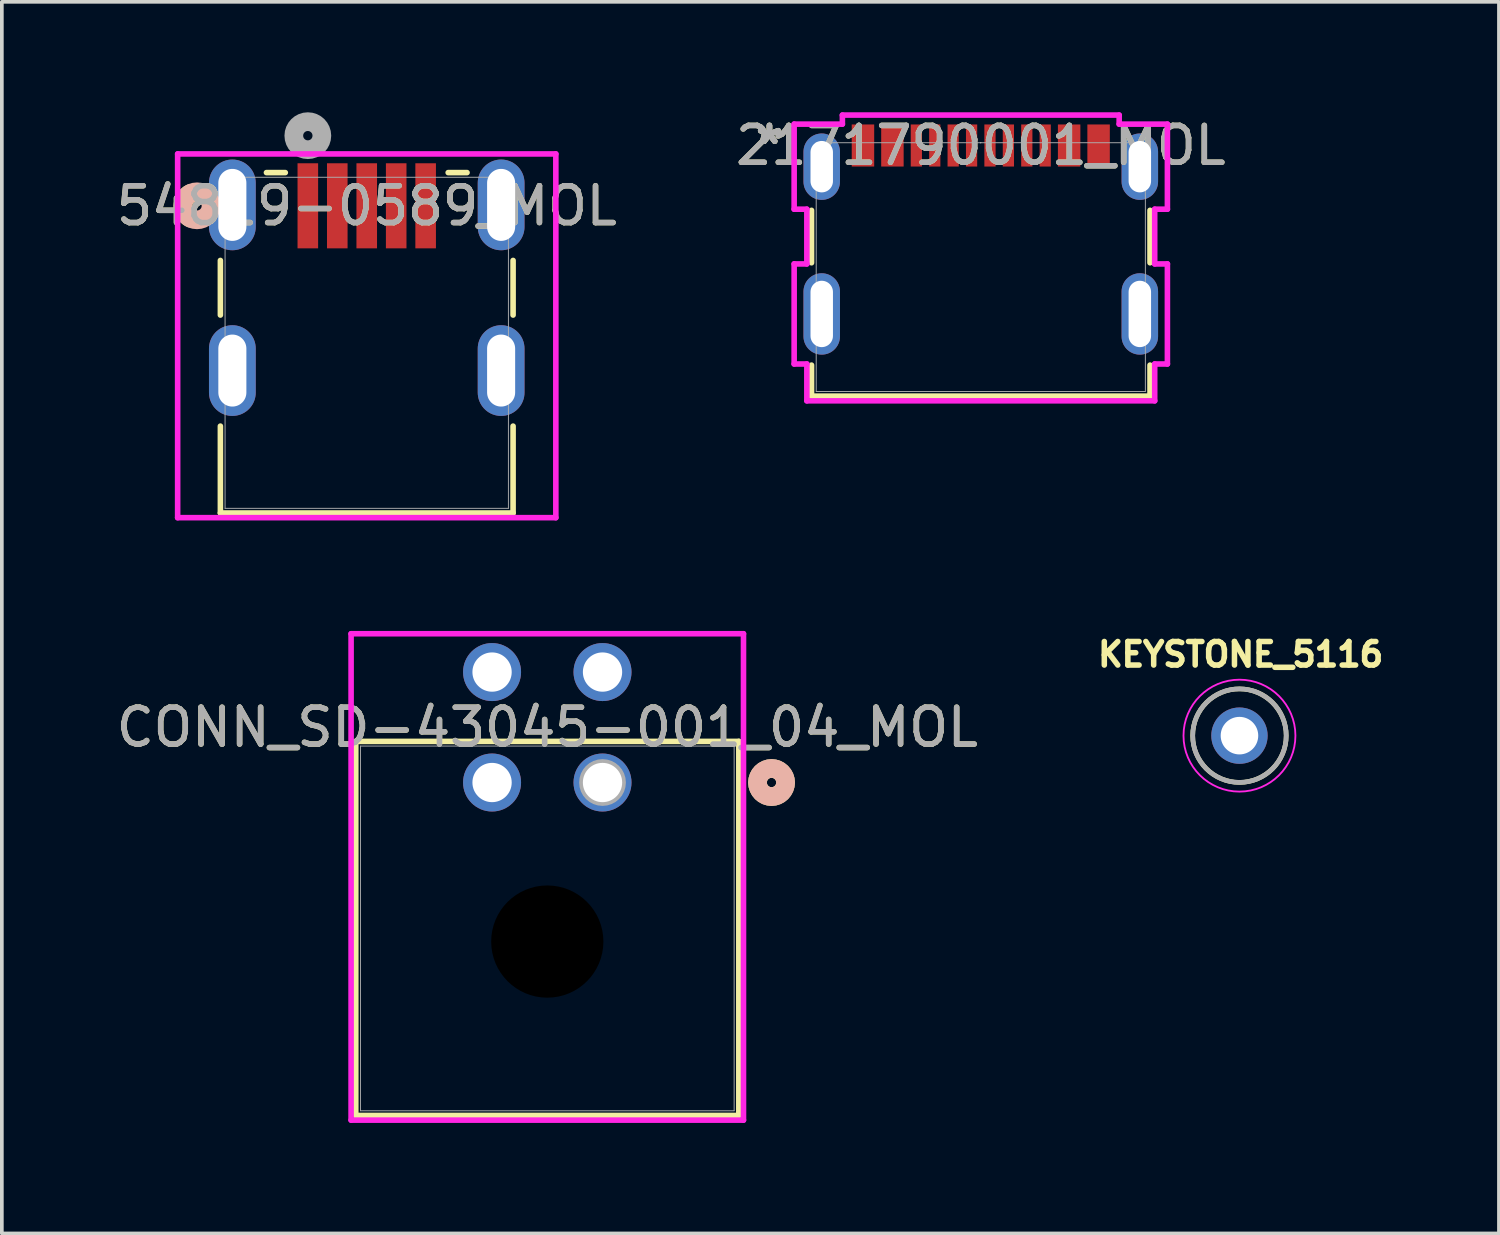
<source format=kicad_pcb>
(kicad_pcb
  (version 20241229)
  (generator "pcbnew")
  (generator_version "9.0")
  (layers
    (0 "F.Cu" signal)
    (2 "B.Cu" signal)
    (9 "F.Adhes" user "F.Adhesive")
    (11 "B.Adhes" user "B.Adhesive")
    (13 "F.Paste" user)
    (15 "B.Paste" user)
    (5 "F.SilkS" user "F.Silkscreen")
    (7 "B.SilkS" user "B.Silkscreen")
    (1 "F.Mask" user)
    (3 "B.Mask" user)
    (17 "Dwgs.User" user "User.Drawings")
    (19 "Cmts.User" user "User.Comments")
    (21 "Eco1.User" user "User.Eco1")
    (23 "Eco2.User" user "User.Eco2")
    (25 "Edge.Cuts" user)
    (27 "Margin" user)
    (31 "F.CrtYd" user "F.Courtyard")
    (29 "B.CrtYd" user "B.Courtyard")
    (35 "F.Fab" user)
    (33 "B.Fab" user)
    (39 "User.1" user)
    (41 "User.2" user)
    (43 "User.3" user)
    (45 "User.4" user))
  (footprint "54819-0589_MOL"
    (layer "F.Cu")
    (at 6.911 6.261)
    (property "Reference" "54819-0589_MOL" (at 0 -3.721 0) (unlocked yes) (layer "F.SilkS") (effects (font (size 1 1) (thickness 0.15))))
    (attr smd)
    (fp_line (start -3.975 -2.237) (end -3.975 -0.754) (stroke (width 0.152) (type solid)) (layer "F.SilkS"))
    (fp_line (start -3.975 2.263) (end -3.975 4.623) (stroke (width 0.152) (type solid)) (layer "F.SilkS"))
    (fp_line (start -3.975 4.623) (end 3.975 4.623) (stroke (width 0.152) (type solid)) (layer "F.SilkS"))
    (fp_line (start -2.212 -4.623) (end -2.724 -4.623) (stroke (width 0.152) (type solid)) (layer "F.SilkS"))
    (fp_line (start 2.724 -4.623) (end 2.212 -4.623) (stroke (width 0.152) (type solid)) (layer "F.SilkS"))
    (fp_line (start 3.975 -0.754) (end 3.975 -2.237) (stroke (width 0.152) (type solid)) (layer "F.SilkS"))
    (fp_line (start 3.975 4.623) (end 3.975 2.263) (stroke (width 0.152) (type solid)) (layer "F.SilkS"))
    (fp_arc (start -4.795541 -3.387975) (mid -4.9911 -3.720801) (end -4.79554 -4.053626) (stroke (width 0.508) (type solid)) (layer "F.SilkS"))
    (fp_circle (center -4.61 -3.721) (end -4.229 -3.721) (stroke (width 0.508) (type solid)) (fill no) (layer "B.SilkS"))
    (fp_line (start -5.136 -5.13) (end -5.136 4.75) (stroke (width 0.152) (type solid)) (layer "F.CrtYd"))
    (fp_line (start -5.136 4.75) (end 5.136 4.75) (stroke (width 0.152) (type solid)) (layer "F.CrtYd"))
    (fp_line (start 5.136 -5.13) (end -5.136 -5.13) (stroke (width 0.152) (type solid)) (layer "F.CrtYd"))
    (fp_line (start 5.136 4.75) (end 5.136 -5.13) (stroke (width 0.152) (type solid)) (layer "F.CrtYd"))
    (fp_line (start -3.848 -4.496) (end -3.848 4.496) (stroke (width 0.025) (type solid)) (layer "F.Fab"))
    (fp_line (start -3.848 4.496) (end 3.848 4.496) (stroke (width 0.025) (type solid)) (layer "F.Fab"))
    (fp_line (start 3.848 -4.496) (end -3.848 -4.496) (stroke (width 0.025) (type solid)) (layer "F.Fab"))
    (fp_line (start 3.848 4.496) (end 3.848 -4.496) (stroke (width 0.025) (type solid)) (layer "F.Fab"))
    (fp_circle (center -1.6 -5.626) (end -1.219 -5.626) (stroke (width 0.508) (type solid)) (fill no) (layer "F.Fab"))
    (fp_text user "${REFERENCE}" (at 0 -3.721 0) (unlocked yes) (layer "F.Fab") (effects (font (size 1 1) (thickness 0.15))))
    (pad "1" smd rect (at -1.6 -3.721) (size 0.559 2.311) (layers "F.Cu" "F.Mask" "F.Paste"))
    (pad "2" smd rect (at -0.8 -3.721) (size 0.559 2.311) (layers "F.Cu" "F.Mask" "F.Paste"))
    (pad "3" smd rect (at 0 -3.721) (size 0.559 2.311) (layers "F.Cu" "F.Mask" "F.Paste"))
    (pad "4" smd rect (at 0.8 -3.721) (size 0.559 2.311) (layers "F.Cu" "F.Mask" "F.Paste"))
    (pad "5" smd rect (at 1.6 -3.721) (size 0.559 2.311) (layers "F.Cu" "F.Mask" "F.Paste"))
    (pad "6" thru_hole oval (at -3.65 -3.746 90) (size 2.464 1.27) (drill oval 1.956 0.762) (layers "*.Cu" "*.Mask"))
    (pad "6" thru_hole oval (at -3.65 0.754 90) (size 2.464 1.27) (drill oval 1.956 0.762) (layers "*.Cu" "*.Mask"))
    (pad "6" thru_hole oval (at 3.65 -3.746 90) (size 2.464 1.27) (drill oval 1.956 0.762) (layers "*.Cu" "*.Mask"))
    (pad "6" thru_hole oval (at 3.65 0.754 90) (size 2.464 1.27) (drill oval 1.956 0.762) (layers "*.Cu" "*.Mask")))
  (footprint "CONN_SD-43045-001_04_MOL"
    (layer "F.Cu")
    (at 13.315 18.204)
    (property "Reference" "CONN_SD-43045-001_04_MOL" (at -1.5 -1.5 0) (unlocked yes) (layer "F.SilkS") (effects (font (size 1 1) (thickness 0.15))))
    (attr through_hole)
    (fp_line (start -6.702 -1.117) (end -6.702 9.043) (stroke (width 0.152) (type solid)) (layer "F.SilkS"))
    (fp_line (start -6.702 9.043) (end 3.702 9.043) (stroke (width 0.152) (type solid)) (layer "F.SilkS"))
    (fp_line (start 3.702 -1.117) (end -6.702 -1.117) (stroke (width 0.152) (type solid)) (layer "F.SilkS"))
    (fp_line (start 3.702 9.043) (end 3.702 -1.117) (stroke (width 0.152) (type solid)) (layer "F.SilkS"))
    (fp_circle (center 4.591 0) (end 4.972 0) (stroke (width 0.508) (type solid)) (fill no) (layer "F.SilkS"))
    (fp_circle (center 4.591 0) (end 4.972 0) (stroke (width 0.508) (type solid)) (fill no) (layer "B.SilkS"))
    (fp_line (start -6.829 -4.041) (end -6.829 9.17) (stroke (width 0.152) (type solid)) (layer "F.CrtYd"))
    (fp_line (start -6.829 9.17) (end 3.829 9.17) (stroke (width 0.152) (type solid)) (layer "F.CrtYd"))
    (fp_line (start 3.829 -4.041) (end -6.829 -4.041) (stroke (width 0.152) (type solid)) (layer "F.CrtYd"))
    (fp_line (start 3.829 9.17) (end 3.829 -4.041) (stroke (width 0.152) (type solid)) (layer "F.CrtYd"))
    (fp_line (start -6.575 -0.99) (end -6.575 8.916) (stroke (width 0.025) (type solid)) (layer "F.Fab"))
    (fp_line (start -6.575 8.916) (end 3.575 8.916) (stroke (width 0.025) (type solid)) (layer "F.Fab"))
    (fp_line (start 3.575 -0.99) (end -6.575 -0.99) (stroke (width 0.025) (type solid)) (layer "F.Fab"))
    (fp_line (start 3.575 8.916) (end 3.575 -0.99) (stroke (width 0.025) (type solid)) (layer "F.Fab"))
    (fp_circle (center 0 0) (end 0.381 0) (stroke (width 0.508) (type solid)) (fill no) (layer "F.Fab"))
    (fp_text user "${REFERENCE}" (at -1.5 -1.5 0) (unlocked yes) (layer "F.Fab") (effects (font (size 1 1) (thickness 0.15))))
    (pad "" np_thru_hole circle (at -1.5 4.32) (size 3.048 3.048) (drill 3.048) (layers))
    (pad "1" thru_hole circle (at 0 0) (size 1.575 1.575) (drill 1.067) (layers "*.Cu" "*.Mask"))
    (pad "2" thru_hole circle (at -3 0) (size 1.575 1.575) (drill 1.067) (layers "*.Cu" "*.Mask"))
    (pad "3" thru_hole circle (at 0 -3) (size 1.575 1.575) (drill 1.067) (layers "*.Cu" "*.Mask"))
    (pad "4" thru_hole circle (at -3 -3) (size 1.575 1.575) (drill 1.067) (layers "*.Cu" "*.Mask")))
  (footprint "2171790001_MOL"
    (layer "F.Cu")
    (at 23.589 4.205)
    (property "Reference" "2171790001_MOL" (at 0 -3.303 0) (unlocked yes) (layer "F.SilkS") (effects (font (size 1 1) (thickness 0.15))))
    (attr smd)
    (fp_line (start -4.597 -1.542) (end -4.597 -0.118) (stroke (width 0.152) (type solid)) (layer "F.SilkS"))
    (fp_line (start -4.597 2.662) (end -4.597 3.505) (stroke (width 0.152) (type solid)) (layer "F.SilkS"))
    (fp_line (start -4.597 3.505) (end 4.597 3.505) (stroke (width 0.152) (type solid)) (layer "F.SilkS"))
    (fp_line (start 4.597 -0.118) (end 4.597 -1.542) (stroke (width 0.152) (type solid)) (layer "F.SilkS"))
    (fp_line (start 4.597 3.505) (end 4.597 2.662) (stroke (width 0.152) (type solid)) (layer "F.SilkS"))
    (fp_line (start -5.069 -3.884) (end -5.069 -1.573) (stroke (width 0.152) (type solid)) (layer "F.CrtYd"))
    (fp_line (start -5.069 -1.573) (end -4.724 -1.573) (stroke (width 0.152) (type solid)) (layer "F.CrtYd"))
    (fp_line (start -5.069 -0.087) (end -5.069 2.631) (stroke (width 0.152) (type solid)) (layer "F.CrtYd"))
    (fp_line (start -5.069 2.631) (end -4.724 2.631) (stroke (width 0.152) (type solid)) (layer "F.CrtYd"))
    (fp_line (start -4.724 -1.573) (end -4.724 -0.087) (stroke (width 0.152) (type solid)) (layer "F.CrtYd"))
    (fp_line (start -4.724 -0.087) (end -5.069 -0.087) (stroke (width 0.152) (type solid)) (layer "F.CrtYd"))
    (fp_line (start -4.724 2.631) (end -4.724 3.632) (stroke (width 0.152) (type solid)) (layer "F.CrtYd"))
    (fp_line (start -4.724 3.632) (end 4.724 3.632) (stroke (width 0.152) (type solid)) (layer "F.CrtYd"))
    (fp_line (start -3.759 -4.129) (end -3.759 -3.884) (stroke (width 0.152) (type solid)) (layer "F.CrtYd"))
    (fp_line (start -3.759 -3.884) (end -5.069 -3.884) (stroke (width 0.152) (type solid)) (layer "F.CrtYd"))
    (fp_line (start 3.759 -4.129) (end -3.759 -4.129) (stroke (width 0.152) (type solid)) (layer "F.CrtYd"))
    (fp_line (start 3.759 -3.884) (end 3.759 -4.129) (stroke (width 0.152) (type solid)) (layer "F.CrtYd"))
    (fp_line (start 4.724 -1.573) (end 5.069 -1.573) (stroke (width 0.152) (type solid)) (layer "F.CrtYd"))
    (fp_line (start 4.724 -0.087) (end 4.724 -1.573) (stroke (width 0.152) (type solid)) (layer "F.CrtYd"))
    (fp_line (start 4.724 2.631) (end 5.069 2.631) (stroke (width 0.152) (type solid)) (layer "F.CrtYd"))
    (fp_line (start 4.724 3.632) (end 4.724 2.631) (stroke (width 0.152) (type solid)) (layer "F.CrtYd"))
    (fp_line (start 5.069 -3.884) (end 3.759 -3.884) (stroke (width 0.152) (type solid)) (layer "F.CrtYd"))
    (fp_line (start 5.069 -1.573) (end 5.069 -3.884) (stroke (width 0.152) (type solid)) (layer "F.CrtYd"))
    (fp_line (start 5.069 -0.087) (end 4.724 -0.087) (stroke (width 0.152) (type solid)) (layer "F.CrtYd"))
    (fp_line (start 5.069 2.631) (end 5.069 -0.087) (stroke (width 0.152) (type solid)) (layer "F.CrtYd"))
    (fp_line (start -4.47 -3.378) (end -4.47 3.378) (stroke (width 0.025) (type solid)) (layer "F.Fab"))
    (fp_line (start -4.47 3.378) (end 4.47 3.378) (stroke (width 0.025) (type solid)) (layer "F.Fab"))
    (fp_line (start 0 -3.378) (end 0 -3.378) (stroke (width 0.025) (type solid)) (layer "F.Fab"))
    (fp_line (start 0 -3.378) (end 0 -3.378) (stroke (width 0.025) (type solid)) (layer "F.Fab"))
    (fp_line (start 0 -3.378) (end 0 -3.378) (stroke (width 0.025) (type solid)) (layer "F.Fab"))
    (fp_line (start 0 -3.378) (end 0 -3.378) (stroke (width 0.025) (type solid)) (layer "F.Fab"))
    (fp_line (start 4.47 -3.378) (end -4.47 -3.378) (stroke (width 0.025) (type solid)) (layer "F.Fab"))
    (fp_line (start 4.47 3.378) (end 4.47 -3.378) (stroke (width 0.025) (type solid)) (layer "F.Fab"))
    (fp_text user "*" (at -5.74 -3.303 0) (layer "F.SilkS") (effects (font (size 1 1) (thickness 0.15))))
    (fp_text user "*" (at -5.74 -3.303 0) (unlocked yes) (layer "F.SilkS") (effects (font (size 1 1) (thickness 0.15))))
    (fp_text user "*" (at -5.74 -3.303 0) (layer "F.Fab") (effects (font (size 1 1) (thickness 0.15))))
    (fp_text user "${REFERENCE}" (at 0 -3.303 0) (unlocked yes) (layer "F.Fab") (effects (font (size 1 1) (thickness 0.15))))
    (fp_text user "*" (at -5.74 -3.303 0) (unlocked yes) (layer "F.Fab") (effects (font (size 1 1) (thickness 0.15))))
    (pad "" np_thru_hole oval (at -4.32 -2.728) (size 0.991 1.803) (drill oval 0.61 1.397) (layers "*.Cu" "*.Mask"))
    (pad "" np_thru_hole oval (at -4.32 1.272) (size 0.991 2.21) (drill oval 0.61 1.803) (layers "*.Cu" "*.Mask"))
    (pad "" np_thru_hole oval (at 4.32 -2.728) (size 0.991 1.803) (drill oval 0.61 1.397) (layers "*.Cu" "*.Mask"))
    (pad "" np_thru_hole oval (at 4.32 1.272) (size 0.991 2.21) (drill oval 0.61 1.803) (layers "*.Cu" "*.Mask"))
    (pad "A1" smd rect (at -3.2 -3.303) (size 0.61 1.143) (layers "F.Cu" "F.Mask" "F.Paste"))
    (pad "A4" smd rect (at -2.4 -3.303) (size 0.61 1.143) (layers "F.Cu" "F.Mask" "F.Paste"))
    (pad "A5" smd rect (at -1.25 -3.303) (size 0.305 1.143) (layers "F.Cu" "F.Mask" "F.Paste"))
    (pad "A6" smd rect (at -0.25 -3.303) (size 0.305 1.143) (layers "F.Cu" "F.Mask" "F.Paste"))
    (pad "A7" smd rect (at 0.25 -3.303) (size 0.305 1.143) (layers "F.Cu" "F.Mask" "F.Paste"))
    (pad "A8" smd rect (at 1.25 -3.303) (size 0.305 1.143) (layers "F.Cu" "F.Mask" "F.Paste"))
    (pad "A9" smd rect (at 2.4 -3.303) (size 0.61 1.143) (layers "F.Cu" "F.Mask" "F.Paste"))
    (pad "A12" smd rect (at 3.2 -3.303) (size 0.61 1.143) (layers "F.Cu" "F.Mask" "F.Paste"))
    (pad "B5" smd rect (at 1.75 -3.303) (size 0.305 1.143) (layers "F.Cu" "F.Mask" "F.Paste"))
    (pad "B6" smd rect (at 0.75 -3.303) (size 0.305 1.143) (layers "F.Cu" "F.Mask" "F.Paste"))
    (pad "B7" smd rect (at -0.75 -3.303) (size 0.305 1.143) (layers "F.Cu" "F.Mask" "F.Paste"))
    (pad "B8" smd rect (at -1.75 -3.303) (size 0.305 1.143) (layers "F.Cu" "F.Mask" "F.Paste")))
  (footprint "KEYSTONE_5116"
    (layer "F.Cu")
    (at 30.615 16.931)
    (property "Reference" "KEYSTONE_5116" (at 0.032 -2.206 0) (layer "F.SilkS") (effects (font (size 0.64 0.64) (thickness 0.15))))
    (attr through_hole)
    (fp_circle (center 0 0) (end 1.27 0) (stroke (width 0.127) (type solid)) (fill no) (layer "F.SilkS"))
    (fp_circle (center 0 0) (end 1.52 0) (stroke (width 0.05) (type solid)) (fill no) (layer "F.CrtYd"))
    (fp_circle (center 0 0) (end 1.27 0) (stroke (width 0.127) (type solid)) (fill no) (layer "F.Fab"))
    (pad "1" thru_hole circle (at 0 0) (size 1.53 1.53) (drill 1.02) (layers "*.Cu" "*.Mask")))
  (gr_rect
    (start -3 -3)
    (end 37.663 30.451)
    (stroke (width 0.1) (type default))
    (fill no)
    (layer "Edge.Cuts")))
</source>
